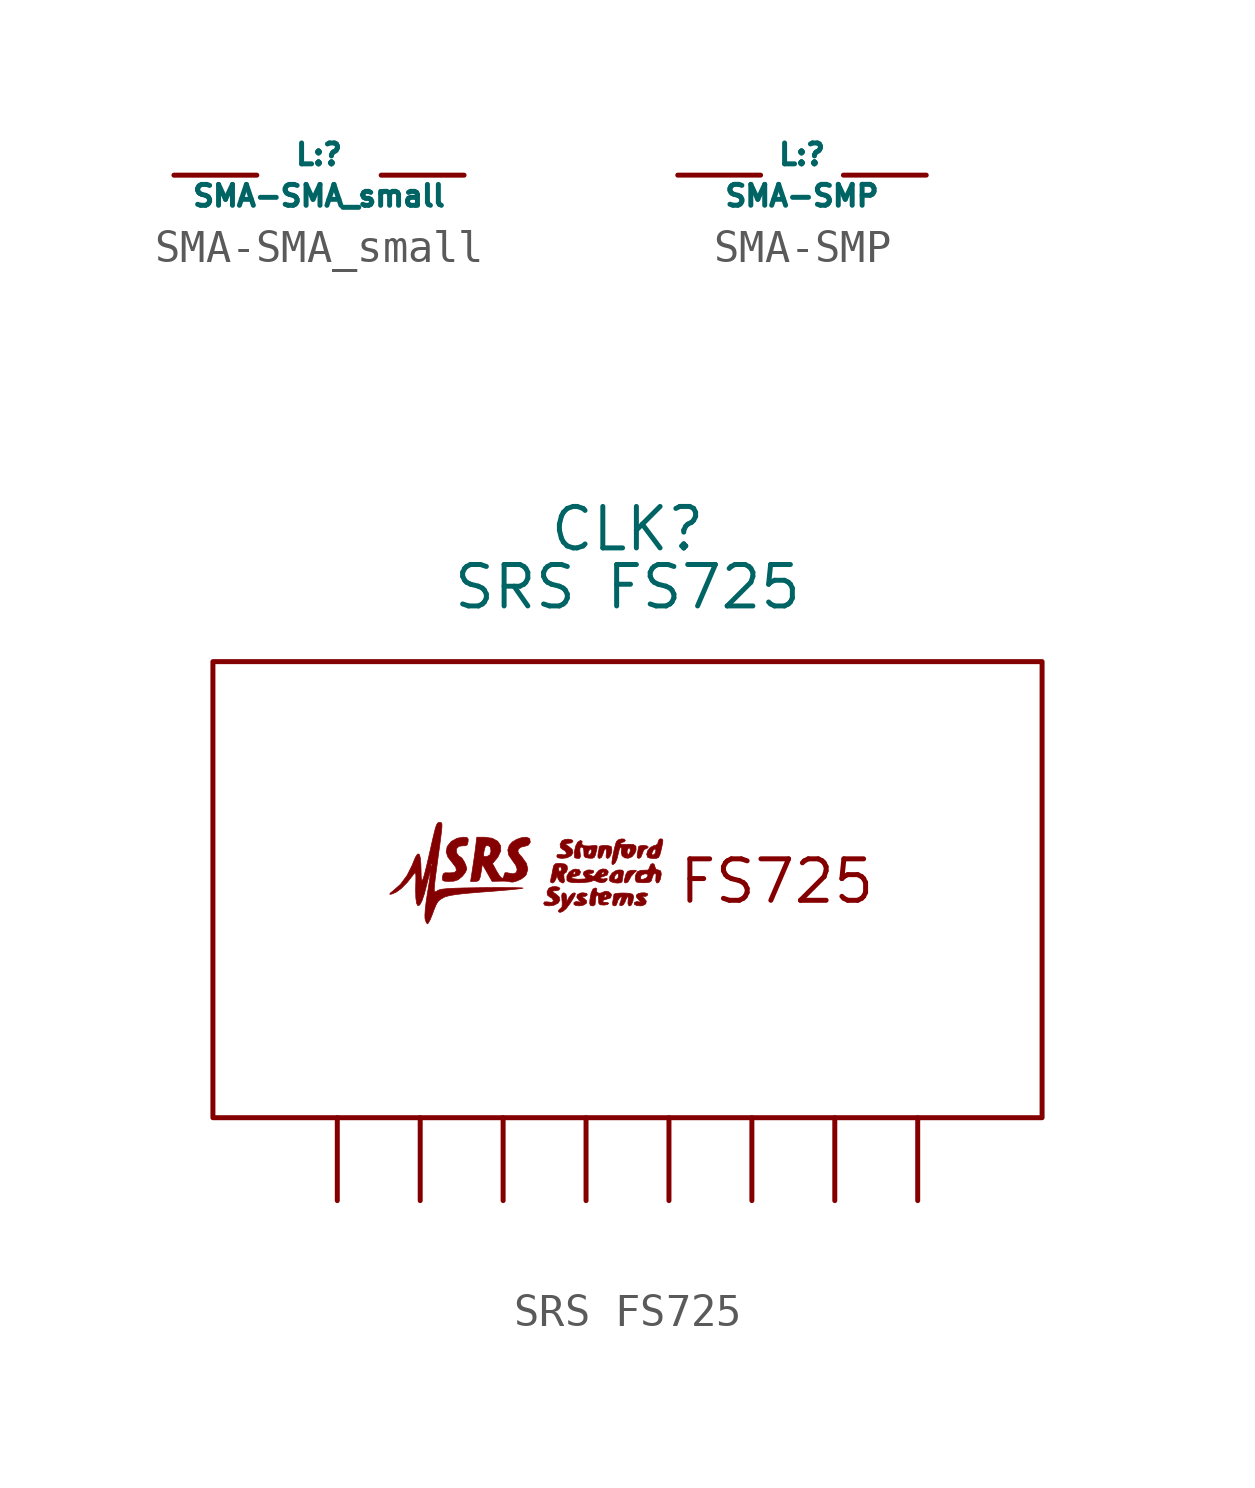
<source format=kicad_sym>
(kicad_symbol_lib
  (version 20220914)
  (generator kicad_symbol_editor)
  (symbol "SMA-SMA_small"
    (property "Reference" "L:"
      (at 0 0.635 0)
      (effects (font (size 0.64 0.64))))
    (property "Value" "SMA-SMA_small"
      (at 0 -0.635 0)
      (effects (font (size 0.64 0.64))))
    (symbol "SMA-SMA_small_1_1"
      (pin bidirectional line (at -4.445 0 0) (length 2.54) (name "" (effects (font (size 0.5 0.5)))) (number "" (effects (font (size 1.27 1.27)))))
      (pin bidirectional line (at 4.445 0 180) (length 2.54) (name "" (effects (font (size 0.5 0.5)))) (number "" (effects (font (size 1.27 1.27)))))))
  (symbol "SMA-SMP"
    (property "Reference" "L:"
      (at 0 0.635 0)
      (effects (font (size 0.64 0.64))))
    (property "Value" "SMA-SMP"
      (at 0 -0.635 0)
      (effects (font (size 0.64 0.64))))
    (symbol "SMA-SMP_1_1"
      (pin bidirectional line (at -3.81 0 0) (length 2.54) (name "" (effects (font (size 0.5 0.5)))) (number "" (effects (font (size 1.27 1.27)))))
      (pin bidirectional line (at 3.81 0 180) (length 2.54) (name "" (effects (font (size 0.5 0.5)))) (number "" (effects (font (size 1.27 1.27)))))))
  (symbol "SRS FS725"
    (property "Reference" "CLK"
      (at 0 19.304 0)
      (effects (font (size 1.27 1.27))))
    (property "Value" "SRS FS725"
      (at 0 17.526 0)
      (effects (font (size 1.27 1.27))))
    (symbol "SRS FS725_0_0"
      (rectangle (start -12.7 15.24) (end 12.7 1.27) (stroke (width 0) (type default)) (fill (type none)))
      (polyline (pts (xy 0.013 8.491) (xy 0.062 8.572) (xy 0.108 8.662) (xy 0.203 8.769) (xy 0.213 8.777) (xy 0.274 8.831) (xy 0.256 8.85) (xy 0.149 8.849) (xy 0.134 8.849) (xy 0.013 8.82) (xy -0.043 8.74) (xy -0.062 8.67) (xy -0.097 8.547) (xy -0.096 8.48) (xy -0.05 8.459) (xy 0.013 8.491)) (stroke (width 0.01) (type default)) (fill (type outline)))
      (polyline (pts (xy 0.41 9.251) (xy 0.454 9.361) (xy 0.495 9.466) (xy 0.56 9.511) (xy 0.596 9.517) (xy 0.637 9.561) (xy 0.637 9.562) (xy 0.592 9.597) (xy 0.486 9.611) (xy 0.485 9.611) (xy 0.38 9.598) (xy 0.336 9.568) (xy 0.336 9.567) (xy 0.327 9.49) (xy 0.305 9.367) (xy 0.297 9.323) (xy 0.3 9.235) (xy 0.349 9.211) (xy 0.41 9.251)) (stroke (width 0.01) (type default)) (fill (type outline)))
      (polyline (pts (xy -1.357 7.779) (xy -1.271 7.828) (xy -1.256 7.848) (xy -1.251 7.91) (xy -1.327 7.982) (xy -1.38 8.022) (xy -1.403 8.052) (xy -1.347 8.049) (xy -1.291 8.051) (xy -1.23 8.096) (xy -1.252 8.142) (xy -1.365 8.159) (xy -1.432 8.153) (xy -1.532 8.104) (xy -1.554 8.022) (xy -1.486 7.927) (xy -1.438 7.886) (xy -1.422 7.863) (xy -1.484 7.879) (xy -1.571 7.891) (xy -1.64 7.864) (xy -1.641 7.804) (xy -1.593 7.772) (xy -1.48 7.759) (xy -1.357 7.779)) (stroke (width 0.01) (type default)) (fill (type outline)))
      (polyline (pts (xy 0.463 7.766) (xy 0.558 7.819) (xy 0.576 7.903) (xy 0.507 7.994) (xy 0.456 8.034) (xy 0.441 8.058) (xy 0.506 8.05) (xy 0.563 8.051) (xy 0.623 8.096) (xy 0.608 8.135) (xy 0.531 8.158) (xy 0.424 8.157) (xy 0.325 8.133) (xy 0.27 8.087) (xy 0.28 8.018) (xy 0.352 7.934) (xy 0.392 7.903) (xy 0.42 7.871) (xy 0.369 7.88) (xy 0.283 7.891) (xy 0.214 7.864) (xy 0.213 7.804) (xy 0.275 7.772) (xy 0.391 7.758) (xy 0.463 7.766)) (stroke (width 0.01) (type default)) (fill (type outline)))
      (polyline (pts (xy -1.982 7.589) (xy -1.885 7.67) (xy -1.866 7.692) (xy -1.768 7.822) (xy -1.672 7.971) (xy -1.608 8.088) (xy -1.597 8.144) (xy -1.637 8.159) (xy -1.637 8.159) (xy -1.714 8.118) (xy -1.79 8.021) (xy -1.864 7.883) (xy -1.866 8.021) (xy -1.884 8.117) (xy -1.95 8.159) (xy -1.951 8.159) (xy -1.999 8.141) (xy -2.016 8.072) (xy -2.006 7.929) (xy -1.998 7.842) (xy -2.006 7.724) (xy -2.049 7.673) (xy -2.079 7.658) (xy -2.119 7.602) (xy -2.116 7.583) (xy -2.068 7.557) (xy -1.982 7.589)) (stroke (width 0.01) (type default)) (fill (type outline)))
      (polyline (pts (xy -0.601 9.211) (xy -0.545 9.257) (xy -0.499 9.36) (xy -0.478 9.477) (xy -0.494 9.566) (xy -0.517 9.584) (xy -0.608 9.606) (xy -0.724 9.61) (xy -0.824 9.597) (xy -0.866 9.568) (xy -0.866 9.567) (xy -0.875 9.49) (xy -0.898 9.367) (xy -0.905 9.323) (xy -0.903 9.235) (xy -0.854 9.211) (xy -0.793 9.251) (xy -0.749 9.361) (xy -0.748 9.363) (xy -0.712 9.468) (xy -0.668 9.511) (xy -0.641 9.469) (xy -0.648 9.361) (xy -0.654 9.327) (xy -0.653 9.236) (xy -0.603 9.211) (xy -0.601 9.211)) (stroke (width 0.01) (type default)) (fill (type outline)))
      (polyline (pts (xy -0.206 8.467) (xy -0.165 8.503) (xy -0.165 8.503) (xy -0.156 8.581) (xy -0.134 8.703) (xy -0.12 8.807) (xy -0.152 8.852) (xy -0.258 8.86) (xy -0.353 8.841) (xy -0.472 8.763) (xy -0.545 8.651) (xy -0.546 8.605) (xy -0.412 8.605) (xy -0.367 8.708) (xy -0.311 8.754) (xy -0.274 8.723) (xy -0.282 8.637) (xy -0.303 8.6) (xy -0.364 8.559) (xy -0.38 8.561) (xy -0.412 8.605) (xy -0.546 8.605) (xy -0.548 8.535) (xy -0.515 8.502) (xy -0.42 8.47) (xy -0.304 8.457) (xy -0.206 8.467)) (stroke (width 0.01) (type default)) (fill (type outline)))
      (polyline (pts (xy -2.252 7.779) (xy -2.127 7.843) (xy -2.071 7.934) (xy -2.095 8.035) (xy -2.206 8.13) (xy -2.228 8.142) (xy -2.296 8.19) (xy -2.274 8.216) (xy -2.157 8.229) (xy -2.112 8.239) (xy -2.068 8.284) (xy -2.103 8.327) (xy -2.197 8.349) (xy -2.309 8.343) (xy -2.397 8.306) (xy -2.414 8.291) (xy -2.465 8.188) (xy -2.449 8.085) (xy -2.369 8.023) (xy -2.311 7.993) (xy -2.269 7.921) (xy -2.27 7.904) (xy -2.31 7.866) (xy -2.419 7.875) (xy -2.45 7.881) (xy -2.543 7.88) (xy -2.57 7.832) (xy -2.537 7.779) (xy -2.416 7.758) (xy -2.252 7.779)) (stroke (width 0.01) (type default)) (fill (type outline)))
      (polyline (pts (xy -1.851 9.232) (xy -1.726 9.296) (xy -1.67 9.387) (xy -1.694 9.488) (xy -1.806 9.583) (xy -1.827 9.595) (xy -1.895 9.643) (xy -1.873 9.669) (xy -1.756 9.681) (xy -1.711 9.691) (xy -1.667 9.737) (xy -1.702 9.78) (xy -1.796 9.802) (xy -1.908 9.796) (xy -1.996 9.759) (xy -2.013 9.744) (xy -2.065 9.641) (xy -2.049 9.538) (xy -1.968 9.476) (xy -1.91 9.446) (xy -1.868 9.374) (xy -1.87 9.357) (xy -1.909 9.319) (xy -2.018 9.328) (xy -2.05 9.334) (xy -2.142 9.333) (xy -2.169 9.284) (xy -2.136 9.232) (xy -2.015 9.211) (xy -1.851 9.232)) (stroke (width 0.01) (type default)) (fill (type outline)))
      (polyline (pts (xy 0.883 9.214) (xy 0.949 9.24) (xy 0.99 9.316) (xy 1.029 9.465) (xy 1.045 9.534) (xy 1.076 9.687) (xy 1.082 9.77) (xy 1.061 9.805) (xy 1.012 9.812) (xy 0.969 9.793) (xy 0.937 9.712) (xy 0.924 9.653) (xy 0.854 9.611) (xy 0.814 9.607) (xy 0.703 9.55) (xy 0.621 9.45) (xy 0.593 9.357) (xy 0.74 9.357) (xy 0.785 9.46) (xy 0.838 9.508) (xy 0.871 9.481) (xy 0.858 9.393) (xy 0.835 9.351) (xy 0.782 9.311) (xy 0.768 9.312) (xy 0.74 9.357) (xy 0.593 9.357) (xy 0.587 9.338) (xy 0.62 9.244) (xy 0.621 9.243) (xy 0.691 9.22) (xy 0.812 9.211) (xy 0.883 9.214)) (stroke (width 0.01) (type default)) (fill (type outline)))
      (polyline (pts (xy 0.104 7.77) (xy 0.154 7.87) (xy 0.166 7.913) (xy 0.187 8.042) (xy 0.159 8.113) (xy 0.064 8.143) (xy -0.115 8.152) (xy -0.252 8.149) (xy -0.37 8.135) (xy -0.415 8.114) (xy -0.415 8.113) (xy -0.425 8.037) (xy -0.447 7.914) (xy -0.456 7.858) (xy -0.45 7.779) (xy -0.397 7.758) (xy -0.351 7.773) (xy -0.315 7.852) (xy -0.304 7.909) (xy -0.24 8.008) (xy -0.223 8.022) (xy -0.175 8.048) (xy -0.173 8.005) (xy -0.215 7.883) (xy -0.236 7.822) (xy -0.235 7.769) (xy -0.178 7.767) (xy -0.126 7.794) (xy -0.073 7.884) (xy -0.055 7.944) (xy -0.003 8.033) (xy 0.006 8.041) (xy 0.03 8.026) (xy 0.018 7.921) (xy 0.015 7.819) (xy 0.049 7.756) (xy 0.104 7.77)) (stroke (width 0.01) (type default)) (fill (type outline)))
      (polyline (pts (xy -1.965 8.462) (xy -1.931 8.502) (xy -1.943 8.609) (xy -1.944 8.61) (xy -1.953 8.717) (xy -1.928 8.76) (xy -1.875 8.791) (xy -1.841 8.881) (xy -1.85 8.985) (xy -1.917 9.04) (xy -2.068 9.06) (xy -2.098 9.06) (xy -2.207 9.048) (xy -2.259 8.995) (xy -2.285 8.885) (xy -2.119 8.885) (xy -2.113 8.92) (xy -2.069 8.96) (xy -2.046 8.952) (xy -2.018 8.885) (xy -2.024 8.85) (xy -2.069 8.81) (xy -2.092 8.818) (xy -2.119 8.885) (xy -2.285 8.885) (xy -2.288 8.873) (xy -2.29 8.857) (xy -2.321 8.698) (xy -2.35 8.572) (xy -2.357 8.489) (xy -2.306 8.459) (xy -2.251 8.484) (xy -2.197 8.572) (xy -2.164 8.685) (xy -2.118 8.572) (xy -2.071 8.501) (xy -1.991 8.459) (xy -1.965 8.462)) (stroke (width 0.01) (type default)) (fill (type outline)))
      (polyline (pts (xy -5.32 8.516) (xy -5.19 8.558) (xy -5.071 8.656) (xy -5.041 8.687) (xy -4.958 8.799) (xy -4.924 8.884) (xy -4.924 8.891) (xy -4.95 8.997) (xy -5.005 9.119) (xy -5.07 9.219) (xy -5.124 9.261) (xy -5.165 9.283) (xy -5.226 9.364) (xy -5.24 9.393) (xy -5.242 9.507) (xy -5.165 9.584) (xy -5.029 9.601) (xy -4.981 9.598) (xy -4.911 9.625) (xy -4.883 9.724) (xy -4.88 9.804) (xy -4.916 9.852) (xy -5.024 9.862) (xy -5.216 9.831) (xy -5.399 9.732) (xy -5.517 9.584) (xy -5.526 9.564) (xy -5.554 9.409) (xy -5.501 9.253) (xy -5.363 9.076) (xy -5.259 8.939) (xy -5.24 8.836) (xy -5.308 8.778) (xy -5.463 8.768) (xy -5.475 8.77) (xy -5.593 8.771) (xy -5.646 8.737) (xy -5.667 8.647) (xy -5.671 8.591) (xy -5.656 8.535) (xy -5.591 8.513) (xy -5.45 8.509) (xy -5.32 8.516)) (stroke (width 0.01) (type default)) (fill (type outline)))
      (polyline (pts (xy -1.467 9.219) (xy -1.441 9.268) (xy -1.452 9.386) (xy -1.461 9.455) (xy -1.453 9.539) (xy -1.404 9.561) (xy -1.397 9.561) (xy -1.345 9.52) (xy -1.335 9.399) (xy -1.334 9.373) (xy -1.21 9.373) (xy -1.186 9.448) (xy -1.133 9.497) (xy -1.1 9.491) (xy -1.101 9.414) (xy -1.127 9.353) (xy -1.176 9.311) (xy -1.196 9.317) (xy -1.21 9.373) (xy -1.334 9.373) (xy -1.332 9.297) (xy -1.291 9.241) (xy -1.179 9.22) (xy -1.081 9.216) (xy -1.02 9.243) (xy -0.981 9.324) (xy -0.943 9.481) (xy -0.933 9.527) (xy -0.932 9.594) (xy -0.982 9.612) (xy -1.108 9.599) (xy -1.172 9.592) (xy -1.318 9.599) (xy -1.398 9.639) (xy -1.396 9.706) (xy -1.388 9.735) (xy -1.438 9.762) (xy -1.445 9.761) (xy -1.526 9.709) (xy -1.589 9.587) (xy -1.625 9.424) (xy -1.623 9.248) (xy -1.603 9.227) (xy -1.521 9.211) (xy -1.467 9.219)) (stroke (width 0.01) (type default)) (fill (type outline)))
      (polyline (pts (xy 0.955 8.472) (xy 1.006 8.572) (xy 1.036 8.734) (xy 1.015 8.83) (xy 0.937 8.86) (xy 0.873 8.876) (xy 0.837 8.96) (xy 0.829 9.01) (xy 0.781 9.057) (xy 0.718 9.035) (xy 0.678 8.948) (xy 0.671 8.914) (xy 0.627 8.855) (xy 0.521 8.851) (xy 0.41 8.847) (xy 0.308 8.808) (xy 0.302 8.802) (xy 0.25 8.705) (xy 0.243 8.644) (xy 0.395 8.644) (xy 0.426 8.699) (xy 0.525 8.74) (xy 0.582 8.74) (xy 0.633 8.71) (xy 0.598 8.634) (xy 0.567 8.607) (xy 0.47 8.569) (xy 0.407 8.574) (xy 0.395 8.644) (xy 0.243 8.644) (xy 0.236 8.584) (xy 0.267 8.495) (xy 0.282 8.487) (xy 0.374 8.472) (xy 0.513 8.467) (xy 0.549 8.468) (xy 0.669 8.482) (xy 0.727 8.524) (xy 0.756 8.616) (xy 0.792 8.716) (xy 0.842 8.76) (xy 0.876 8.725) (xy 0.87 8.609) (xy 0.865 8.524) (xy 0.898 8.459) (xy 0.955 8.472)) (stroke (width 0.01) (type default)) (fill (type outline)))
      (polyline (pts (xy -0.381 9.073) (xy -0.325 9.186) (xy -0.287 9.34) (xy -0.275 9.404) (xy -0.24 9.517) (xy -0.204 9.561) (xy -0.178 9.532) (xy -0.184 9.442) (xy -0.19 9.408) (xy -0.19 9.405) (xy -0.015 9.405) (xy -0.006 9.466) (xy 0.035 9.536) (xy 0.066 9.534) (xy 0.086 9.467) (xy 0.077 9.406) (xy 0.035 9.336) (xy 0.005 9.338) (xy -0.015 9.405) (xy -0.19 9.405) (xy -0.168 9.296) (xy -0.087 9.23) (xy 0.023 9.218) (xy 0.135 9.262) (xy 0.223 9.368) (xy 0.263 9.473) (xy 0.258 9.588) (xy 0.171 9.644) (xy 0.003 9.643) (xy -0.05 9.637) (xy -0.17 9.637) (xy -0.215 9.662) (xy -0.206 9.685) (xy -0.14 9.712) (xy -0.105 9.717) (xy -0.065 9.762) (xy -0.102 9.805) (xy -0.188 9.81) (xy -0.281 9.781) (xy -0.34 9.724) (xy -0.357 9.675) (xy -0.395 9.539) (xy -0.431 9.376) (xy -0.461 9.217) (xy -0.477 9.093) (xy -0.474 9.036) (xy -0.44 9.024) (xy -0.381 9.073)) (stroke (width 0.01) (type default)) (fill (type outline)))
      (polyline (pts (xy -1.04 7.761) (xy -0.992 7.803) (xy -0.984 7.915) (xy -0.984 7.92) (xy -0.972 8.034) (xy -0.934 8.093) (xy -0.933 8.094) (xy -0.893 8.065) (xy -0.892 8.058) (xy -0.716 8.058) (xy -0.714 8.072) (xy -0.663 8.108) (xy -0.645 8.104) (xy -0.641 8.058) (xy -0.651 8.043) (xy -0.694 8.008) (xy -0.699 8.01) (xy -0.716 8.058) (xy -0.892 8.058) (xy -0.884 7.948) (xy -0.881 7.839) (xy -0.839 7.792) (xy -0.729 7.783) (xy -0.714 7.783) (xy -0.613 7.799) (xy -0.578 7.832) (xy -0.598 7.856) (xy -0.678 7.867) (xy -0.726 7.867) (xy -0.766 7.902) (xy -0.728 7.94) (xy -0.628 7.967) (xy -0.524 8.001) (xy -0.49 8.083) (xy -0.5 8.125) (xy -0.571 8.189) (xy -0.679 8.206) (xy -0.783 8.165) (xy -0.805 8.151) (xy -0.885 8.146) (xy -0.945 8.188) (xy -0.945 8.253) (xy -0.937 8.281) (xy -0.983 8.309) (xy -1.055 8.276) (xy -1.113 8.157) (xy -1.151 7.946) (xy -1.158 7.835) (xy -1.137 7.773) (xy -1.074 7.758) (xy -1.04 7.761)) (stroke (width 0.01) (type default)) (fill (type outline)))
      (polyline (pts (xy -3.382 8.524) (xy -3.252 8.584) (xy -3.152 8.656) (xy -3.104 8.715) (xy -3.054 8.877) (xy -3.094 9.056) (xy -3.224 9.239) (xy -3.225 9.241) (xy -3.326 9.355) (xy -3.36 9.433) (xy -3.339 9.5) (xy -3.272 9.555) (xy -3.152 9.584) (xy -3.149 9.584) (xy -3.037 9.621) (xy -2.978 9.707) (xy -2.995 9.811) (xy -3.006 9.826) (xy -3.101 9.861) (xy -3.24 9.849) (xy -3.392 9.797) (xy -3.529 9.716) (xy -3.62 9.614) (xy -3.667 9.472) (xy -3.639 9.315) (xy -3.522 9.143) (xy -3.425 9.01) (xy -3.378 8.874) (xy -3.405 8.779) (xy -3.499 8.739) (xy -3.656 8.766) (xy -3.678 8.773) (xy -3.752 8.773) (xy -3.781 8.695) (xy -3.799 8.624) (xy -3.844 8.601) (xy -3.913 8.668) (xy -4.012 8.828) (xy -4.136 9.055) (xy -4.004 9.212) (xy -3.968 9.259) (xy -3.883 9.441) (xy -3.889 9.605) (xy -3.978 9.739) (xy -4.143 9.829) (xy -4.376 9.862) (xy -4.616 9.862) (xy -4.651 9.574) (xy -4.676 9.379) (xy -4.686 9.308) (xy -4.415 9.308) (xy -4.397 9.419) (xy -4.381 9.492) (xy -4.352 9.585) (xy -4.313 9.611) (xy -4.247 9.593) (xy -4.197 9.549) (xy -4.182 9.424) (xy -4.219 9.315) (xy -4.315 9.269) (xy -4.392 9.267) (xy -4.415 9.308) (xy -4.686 9.308) (xy -4.711 9.135) (xy -4.746 8.898) (xy -4.807 8.509) (xy -4.669 8.509) (xy -4.61 8.512) (xy -4.553 8.541) (xy -4.518 8.619) (xy -4.488 8.772) (xy -4.446 9.035) (xy -4.297 8.773) (xy -4.148 8.51) (xy -3.883 8.516) (xy -3.781 8.517) (xy -3.653 8.51) (xy -3.591 8.495) (xy -3.585 8.491) (xy -3.505 8.488) (xy -3.382 8.524)) (stroke (width 0.01) (type default)) (fill (type outline)))
      (polyline (pts (xy -0.692 8.489) (xy -0.625 8.555) (xy -0.625 8.599) (xy -0.689 8.592) (xy -0.741 8.581) (xy -0.833 8.596) (xy -0.837 8.598) (xy -0.832 8.631) (xy -0.741 8.659) (xy -0.74 8.659) (xy -0.625 8.703) (xy -0.591 8.785) (xy -0.597 8.822) (xy -0.66 8.881) (xy -0.761 8.89) (xy -0.868 8.852) (xy -0.946 8.769) (xy -0.952 8.76) (xy -0.791 8.76) (xy -0.781 8.775) (xy -0.738 8.81) (xy -0.733 8.809) (xy -0.716 8.76) (xy -0.718 8.746) (xy -0.769 8.71) (xy -0.787 8.714) (xy -0.791 8.76) (xy -0.952 8.76) (xy -0.995 8.687) (xy -1.056 8.661) (xy -1.155 8.709) (xy -1.186 8.728) (xy -1.212 8.754) (xy -1.147 8.748) (xy -1.091 8.751) (xy -1.03 8.797) (xy -1.051 8.843) (xy -1.164 8.86) (xy -1.235 8.853) (xy -1.332 8.804) (xy -1.357 8.727) (xy -1.296 8.643) (xy -1.277 8.628) (xy -1.263 8.598) (xy -1.321 8.583) (xy -1.465 8.576) (xy -1.539 8.576) (xy -1.662 8.591) (xy -1.717 8.616) (xy -1.693 8.645) (xy -1.58 8.669) (xy -1.476 8.703) (xy -1.442 8.785) (xy -1.444 8.809) (xy -1.482 8.869) (xy -1.591 8.885) (xy -1.67 8.87) (xy -1.786 8.791) (xy -1.804 8.76) (xy -1.668 8.76) (xy -1.666 8.774) (xy -1.615 8.81) (xy -1.597 8.806) (xy -1.593 8.76) (xy -1.603 8.745) (xy -1.646 8.71) (xy -1.651 8.711) (xy -1.668 8.76) (xy -1.804 8.76) (xy -1.856 8.672) (xy -1.855 8.546) (xy -1.846 8.529) (xy -1.79 8.492) (xy -1.676 8.473) (xy -1.483 8.468) (xy -1.306 8.476) (xy -1.159 8.494) (xy -1.079 8.521) (xy -1.034 8.543) (xy -0.944 8.511) (xy -0.919 8.495) (xy -0.806 8.467) (xy -0.692 8.489)) (stroke (width 0.01) (type default)) (fill (type outline)))
      (polyline (pts (xy -6.096 7.239) (xy -6.041 7.343) (xy -5.98 7.495) (xy -5.913 7.675) (xy -5.852 7.816) (xy -5.793 7.905) (xy -5.72 7.965) (xy -5.617 8.022) (xy -5.562 8.044) (xy -5.442 8.075) (xy -5.268 8.104) (xy -5.028 8.133) (xy -4.711 8.162) (xy -4.306 8.194) (xy -4.125 8.207) (xy -3.822 8.232) (xy -3.564 8.255) (xy -3.365 8.276) (xy -3.239 8.292) (xy -3.199 8.303) (xy -3.233 8.309) (xy -3.355 8.314) (xy -3.553 8.318) (xy -3.813 8.319) (xy -4.121 8.319) (xy -4.463 8.316) (xy -4.654 8.313) (xy -5.02 8.307) (xy -5.302 8.298) (xy -5.512 8.287) (xy -5.659 8.272) (xy -5.756 8.253) (xy -5.814 8.229) (xy -5.837 8.213) (xy -5.876 8.191) (xy -5.903 8.19) (xy -5.917 8.221) (xy -5.92 8.296) (xy -5.909 8.425) (xy -5.886 8.621) (xy -5.85 8.893) (xy -5.801 9.254) (xy -5.793 9.312) (xy -5.747 9.648) (xy -5.715 9.899) (xy -5.694 10.077) (xy -5.684 10.195) (xy -5.686 10.265) (xy -5.697 10.3) (xy -5.718 10.312) (xy -5.748 10.313) (xy -5.756 10.313) (xy -5.792 10.309) (xy -5.823 10.287) (xy -5.851 10.236) (xy -5.883 10.141) (xy -5.923 9.988) (xy -5.976 9.765) (xy -6.045 9.457) (xy -6.096 9.234) (xy -6.148 9.01) (xy -6.026 9.01) (xy -6.023 9.037) (xy -5.993 9.044) (xy -5.987 9.036) (xy -5.993 8.977) (xy -6.008 8.969) (xy -6.026 9.01) (xy -6.148 9.01) (xy -6.168 8.928) (xy -6.223 8.712) (xy -6.264 8.581) (xy -6.292 8.532) (xy -6.31 8.558) (xy -6.32 8.655) (xy -6.324 8.818) (xy -6.33 9.044) (xy -6.35 9.243) (xy -6.383 9.343) (xy -6.431 9.346) (xy -6.494 9.252) (xy -6.573 9.061) (xy -6.596 9.002) (xy -6.754 8.688) (xy -6.954 8.419) (xy -7.176 8.222) (xy -7.176 8.221) (xy -7.271 8.146) (xy -7.281 8.112) (xy -7.216 8.122) (xy -7.083 8.181) (xy -6.929 8.293) (xy -6.749 8.476) (xy -6.564 8.711) (xy -6.543 8.74) (xy -6.51 8.774) (xy -6.492 8.761) (xy -6.483 8.69) (xy -6.483 8.545) (xy -6.489 8.313) (xy -6.49 8.265) (xy -6.484 8.002) (xy -6.46 7.835) (xy -6.42 7.763) (xy -6.365 7.787) (xy -6.3 7.905) (xy -6.226 8.117) (xy -6.147 8.421) (xy -6.134 8.474) (xy -6.091 8.64) (xy -6.058 8.753) (xy -6.039 8.789) (xy -6.039 8.788) (xy -6.042 8.726) (xy -6.059 8.586) (xy -6.089 8.389) (xy -6.128 8.152) (xy -6.128 8.152) (xy -6.166 7.899) (xy -6.193 7.667) (xy -6.206 7.482) (xy -6.203 7.37) (xy -6.2 7.356) (xy -6.166 7.25) (xy -6.128 7.207) (xy -6.096 7.239)) (stroke (width 0.01) (type default)) (fill (type outline)))
      (text "FS725" (at 4.572 8.509 0) (effects (font (size 1.27 1.27)))))
    (symbol "SRS FS725_1_1"
      (pin output line (at -8.89 -1.27 90) (length 2.54) (name "" (effects (font (size 0.8 0.8)))) (number "" (effects (font (size 1.27 1.27)))))
      (pin output line (at -6.35 -1.27 90) (length 2.54) (name "" (effects (font (size 0.8 0.8)))) (number "" (effects (font (size 1.27 1.27)))))
      (pin output line (at -3.81 -1.27 90) (length 2.54) (name "" (effects (font (size 0.8 0.8)))) (number "" (effects (font (size 1.27 1.27)))))
      (pin output line (at -1.27 -1.27 90) (length 2.54) (name "" (effects (font (size 0.8 0.8)))) (number "" (effects (font (size 1.27 1.27)))))
      (pin output line (at 1.27 -1.27 90) (length 2.54) (name "" (effects (font (size 0.8 0.8)))) (number "" (effects (font (size 1.27 1.27)))))
      (pin output line (at 3.81 -1.27 90) (length 2.54) (name "" (effects (font (size 0.8 0.8)))) (number "" (effects (font (size 1.27 1.27)))))
      (pin output line (at 6.35 -1.27 90) (length 2.54) (name "" (effects (font (size 0.8 0.8)))) (number "" (effects (font (size 1.27 1.27)))))
      (pin output line (at 8.89 -1.27 90) (length 2.54) (name "" (effects (font (size 0.8 0.8)))) (number "" (effects (font (size 1.27 1.27))))))))
</source>
